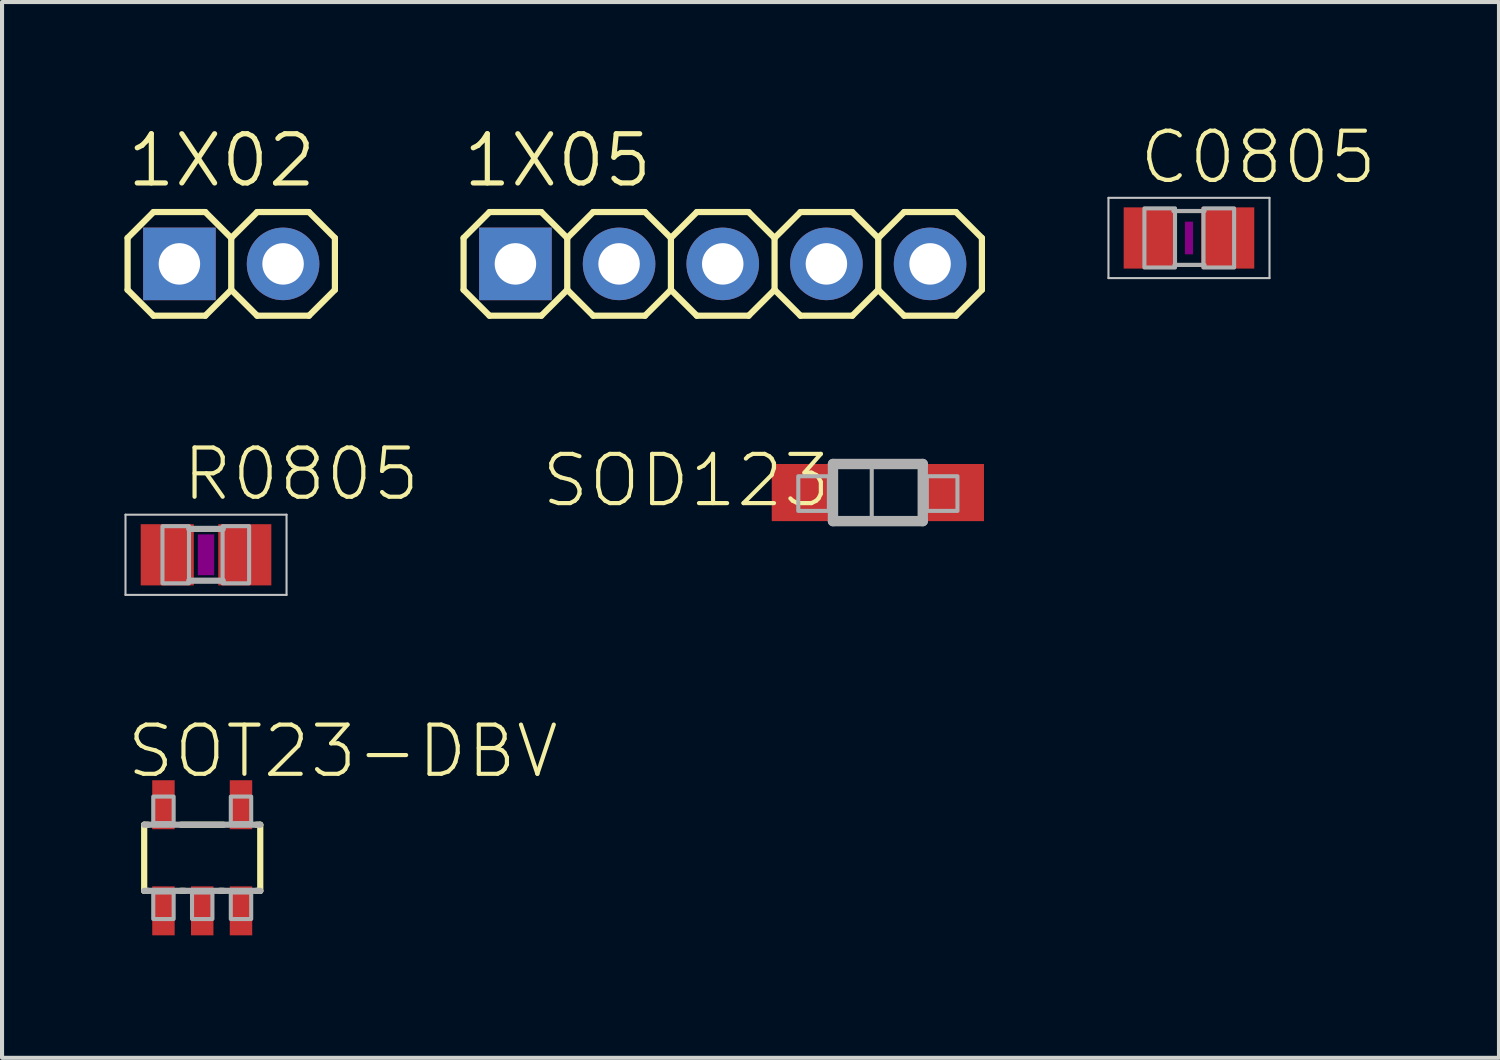
<source format=kicad_pcb>
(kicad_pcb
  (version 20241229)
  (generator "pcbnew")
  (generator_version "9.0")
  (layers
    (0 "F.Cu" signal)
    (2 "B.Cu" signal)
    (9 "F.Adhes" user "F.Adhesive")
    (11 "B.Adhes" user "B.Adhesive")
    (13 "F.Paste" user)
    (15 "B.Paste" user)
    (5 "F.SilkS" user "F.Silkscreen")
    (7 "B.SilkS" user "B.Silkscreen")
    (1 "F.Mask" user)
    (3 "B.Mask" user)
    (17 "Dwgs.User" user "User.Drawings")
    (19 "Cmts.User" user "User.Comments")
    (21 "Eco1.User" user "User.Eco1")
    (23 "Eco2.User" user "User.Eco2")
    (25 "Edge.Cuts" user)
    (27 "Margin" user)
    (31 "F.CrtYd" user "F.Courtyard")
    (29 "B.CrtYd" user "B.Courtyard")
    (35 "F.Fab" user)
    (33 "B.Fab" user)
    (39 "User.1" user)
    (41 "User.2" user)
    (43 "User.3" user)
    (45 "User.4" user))
  (footprint "1X02"
    (layer "F.Cu")
    (at 2.616 3.416)
    (property "Reference" "1X02" (at -2.616 -1.829 0) (layer "F.SilkS") (effects (font (size 1.206 1.206) (thickness 0.127)) (justify left bottom)))
    (attr through_hole)
    (fp_line (start -2.54 -0.635) (end -2.54 0.635) (stroke (width 0.152) (type solid)) (layer "F.SilkS"))
    (fp_line (start -2.54 0.635) (end -1.905 1.27) (stroke (width 0.152) (type solid)) (layer "F.SilkS"))
    (fp_line (start -1.905 -1.27) (end -2.54 -0.635) (stroke (width 0.152) (type solid)) (layer "F.SilkS"))
    (fp_line (start -1.905 -1.27) (end -0.635 -1.27) (stroke (width 0.152) (type solid)) (layer "F.SilkS"))
    (fp_line (start -0.635 -1.27) (end 0 -0.635) (stroke (width 0.152) (type solid)) (layer "F.SilkS"))
    (fp_line (start -0.635 1.27) (end -1.905 1.27) (stroke (width 0.152) (type solid)) (layer "F.SilkS"))
    (fp_line (start 0 -0.635) (end 0 0.635) (stroke (width 0.152) (type solid)) (layer "F.SilkS"))
    (fp_line (start 0 -0.635) (end 0.635 -1.27) (stroke (width 0.152) (type solid)) (layer "F.SilkS"))
    (fp_line (start 0 0.635) (end -0.635 1.27) (stroke (width 0.152) (type solid)) (layer "F.SilkS"))
    (fp_line (start 0.635 -1.27) (end 1.905 -1.27) (stroke (width 0.152) (type solid)) (layer "F.SilkS"))
    (fp_line (start 0.635 1.27) (end 0 0.635) (stroke (width 0.152) (type solid)) (layer "F.SilkS"))
    (fp_line (start 1.905 -1.27) (end 2.54 -0.635) (stroke (width 0.152) (type solid)) (layer "F.SilkS"))
    (fp_line (start 1.905 1.27) (end 0.635 1.27) (stroke (width 0.152) (type solid)) (layer "F.SilkS"))
    (fp_line (start 2.54 -0.635) (end 2.54 0.635) (stroke (width 0.152) (type solid)) (layer "F.SilkS"))
    (fp_line (start 2.54 0.635) (end 1.905 1.27) (stroke (width 0.152) (type solid)) (layer "F.SilkS"))
    (fp_poly (pts (xy -1.524 0.254) (xy -1.016 0.254) (xy -1.016 -0.254) (xy -1.524 -0.254)) (stroke (width 0.1) (type solid)) (fill no) (layer "F.Fab"))
    (fp_poly (pts (xy 1.016 0.254) (xy 1.524 0.254) (xy 1.524 -0.254) (xy 1.016 -0.254)) (stroke (width 0.1) (type solid)) (fill no) (layer "F.Fab"))
    (pad "1" thru_hole rect (at -1.27 0 90) (size 1.778 1.778) (drill 1.016) (layers "*.Cu" "*.Mask"))
    (pad "2" thru_hole circle (at 1.27 0 90) (size 1.778 1.778) (drill 1.016) (layers "*.Cu" "*.Mask")))
  (footprint "R0805"
    (layer "F.Cu")
    (at 1.998 10.544)
    (property "Reference" "R0805" (at -0.635 -1.27 0) (layer "F.SilkS") (effects (font (size 1.206 1.206) (thickness 0.102)) (justify left bottom)))
    (attr through_hole)
    (fp_poly (pts (xy -0.2 0.5) (xy 0.2 0.5) (xy 0.2 -0.5) (xy -0.2 -0.5)) (stroke (width 0) (type solid)) (fill yes) (layer "F.Adhes"))
    (fp_line (start -1.973 -0.983) (end 1.973 -0.983) (stroke (width 0.051) (type solid)) (layer "Dwgs.User"))
    (fp_line (start -1.973 0.983) (end -1.973 -0.983) (stroke (width 0.051) (type solid)) (layer "Dwgs.User"))
    (fp_line (start 1.973 -0.983) (end 1.973 0.983) (stroke (width 0.051) (type solid)) (layer "Dwgs.User"))
    (fp_line (start 1.973 0.983) (end -1.973 0.983) (stroke (width 0.051) (type solid)) (layer "Dwgs.User"))
    (fp_line (start -0.41 -0.635) (end 0.41 -0.635) (stroke (width 0.152) (type solid)) (layer "F.Fab"))
    (fp_line (start -0.41 0.635) (end 0.41 0.635) (stroke (width 0.152) (type solid)) (layer "F.Fab"))
    (fp_poly (pts (xy -1.067 0.699) (xy -0.417 0.699) (xy -0.417 -0.702) (xy -1.067 -0.702)) (stroke (width 0.1) (type solid)) (fill no) (layer "F.Fab"))
    (fp_poly (pts (xy 0.406 0.699) (xy 1.056 0.699) (xy 1.056 -0.702) (xy 0.406 -0.702)) (stroke (width 0.1) (type solid)) (fill no) (layer "F.Fab"))
    (pad "1" smd rect (at -0.95 0) (size 1.3 1.5) (layers "F.Cu" "F.Mask" "F.Paste"))
    (pad "2" smd rect (at 0.95 0) (size 1.3 1.5) (layers "F.Cu" "F.Mask" "F.Paste")))
  (footprint "SOD123"
    (layer "F.Cu")
    (at 18.46 9.019)
    (property "Reference" "SOD123" (at -1.1 -1 0) (layer "F.SilkS") (effects (font (size 1.206 1.206) (thickness 0.102)) (justify right top)))
    (attr through_hole)
    (fp_line (start -1.1 -0.7) (end 1.1 -0.7) (stroke (width 0.254) (type solid)) (layer "F.Fab"))
    (fp_line (start -1.1 0.7) (end -1.1 -0.7) (stroke (width 0.254) (type solid)) (layer "F.Fab"))
    (fp_line (start 1.1 -0.7) (end 1.1 0.7) (stroke (width 0.254) (type solid)) (layer "F.Fab"))
    (fp_line (start 1.1 0.7) (end -1.1 0.7) (stroke (width 0.254) (type solid)) (layer "F.Fab"))
    (fp_poly (pts (xy -1.95 0.45) (xy -1.2 0.45) (xy -1.2 -0.4) (xy -1.95 -0.4)) (stroke (width 0.1) (type solid)) (fill no) (layer "F.Fab"))
    (fp_poly (pts (xy -1.05 0.65) (xy -0.15 0.65) (xy -0.15 -0.7) (xy -1.05 -0.7)) (stroke (width 0.1) (type solid)) (fill no) (layer "F.Fab"))
    (fp_poly (pts (xy 1.2 0.45) (xy 1.95 0.45) (xy 1.95 -0.4) (xy 1.2 -0.4)) (stroke (width 0.1) (type solid)) (fill no) (layer "F.Fab"))
    (pad "A" smd rect (at 1.9 0) (size 1.4 1.4) (layers "F.Cu" "F.Mask" "F.Paste"))
    (pad "C" smd rect (at -1.9 0) (size 1.4 1.4) (layers "F.Cu" "F.Mask" "F.Paste")))
  (footprint "SOT23-DBV"
    (layer "F.Cu")
    (at 1.905 17.968)
    (property "Reference" "SOT23-DBV" (at -1.905 -1.905 0) (layer "F.SilkS") (effects (font (size 1.206 1.206) (thickness 0.102)) (justify left bottom)))
    (attr through_hole)
    (fp_line (start -1.422 -0.81) (end -1.328 -0.81) (stroke (width 0.152) (type solid)) (layer "F.SilkS"))
    (fp_line (start -1.422 0.81) (end -1.422 -0.81) (stroke (width 0.152) (type solid)) (layer "F.SilkS"))
    (fp_line (start -1.328 0.81) (end -1.422 0.81) (stroke (width 0.152) (type solid)) (layer "F.SilkS"))
    (fp_line (start -0.522 -0.81) (end 0.522 -0.81) (stroke (width 0.152) (type solid)) (layer "F.SilkS"))
    (fp_line (start -0.428 0.81) (end -0.522 0.81) (stroke (width 0.152) (type solid)) (layer "F.SilkS"))
    (fp_line (start 0.522 0.81) (end 0.428 0.81) (stroke (width 0.152) (type solid)) (layer "F.SilkS"))
    (fp_line (start 1.328 -0.81) (end 1.422 -0.81) (stroke (width 0.152) (type solid)) (layer "F.SilkS"))
    (fp_line (start 1.422 -0.81) (end 1.422 0.81) (stroke (width 0.152) (type solid)) (layer "F.SilkS"))
    (fp_line (start 1.422 0.81) (end 1.328 0.81) (stroke (width 0.152) (type solid)) (layer "F.SilkS"))
    (fp_line (start -1.422 -0.81) (end 1.422 -0.81) (stroke (width 0.152) (type solid)) (layer "F.Fab"))
    (fp_line (start 1.422 0.81) (end -1.422 0.81) (stroke (width 0.152) (type solid)) (layer "F.Fab"))
    (fp_poly (pts (xy -1.2 -0.85) (xy -0.7 -0.85) (xy -0.7 -1.5) (xy -1.2 -1.5)) (stroke (width 0.1) (type solid)) (fill no) (layer "F.Fab"))
    (fp_poly (pts (xy -1.2 1.5) (xy -0.7 1.5) (xy -0.7 0.85) (xy -1.2 0.85)) (stroke (width 0.1) (type solid)) (fill no) (layer "F.Fab"))
    (fp_poly (pts (xy -0.25 1.5) (xy 0.25 1.5) (xy 0.25 0.85) (xy -0.25 0.85)) (stroke (width 0.1) (type solid)) (fill no) (layer "F.Fab"))
    (fp_poly (pts (xy 0.7 -0.85) (xy 1.2 -0.85) (xy 1.2 -1.5) (xy 0.7 -1.5)) (stroke (width 0.1) (type solid)) (fill no) (layer "F.Fab"))
    (fp_poly (pts (xy 0.7 1.5) (xy 1.2 1.5) (xy 1.2 0.85) (xy 0.7 0.85)) (stroke (width 0.1) (type solid)) (fill no) (layer "F.Fab"))
    (pad "1" smd rect (at -0.95 1.3) (size 0.55 1.2) (layers "F.Cu" "F.Mask" "F.Paste"))
    (pad "2" smd rect (at 0 1.3) (size 0.55 1.2) (layers "F.Cu" "F.Mask" "F.Paste"))
    (pad "3" smd rect (at 0.95 1.3) (size 0.55 1.2) (layers "F.Cu" "F.Mask" "F.Paste"))
    (pad "4" smd rect (at 0.95 -1.3) (size 0.55 1.2) (layers "F.Cu" "F.Mask" "F.Paste"))
    (pad "5" smd rect (at -0.95 -1.3) (size 0.55 1.2) (layers "F.Cu" "F.Mask" "F.Paste")))
  (footprint "C0805"
    (layer "F.Cu")
    (at 26.083 2.781)
    (property "Reference" "C0805" (at -1.27 -1.27 0) (layer "F.SilkS") (effects (font (size 1.206 1.206) (thickness 0.102)) (justify left bottom)))
    (attr through_hole)
    (fp_poly (pts (xy -0.1 0.4) (xy 0.1 0.4) (xy 0.1 -0.4) (xy -0.1 -0.4)) (stroke (width 0) (type solid)) (fill yes) (layer "F.Adhes"))
    (fp_line (start -1.973 -0.983) (end 1.973 -0.983) (stroke (width 0.051) (type solid)) (layer "Dwgs.User"))
    (fp_line (start -1.973 0.983) (end -1.973 -0.983) (stroke (width 0.051) (type solid)) (layer "Dwgs.User"))
    (fp_line (start 1.973 -0.983) (end 1.973 0.983) (stroke (width 0.051) (type solid)) (layer "Dwgs.User"))
    (fp_line (start 1.973 0.983) (end -1.973 0.983) (stroke (width 0.051) (type solid)) (layer "Dwgs.User"))
    (fp_line (start -0.381 -0.66) (end 0.381 -0.66) (stroke (width 0.102) (type solid)) (layer "F.Fab"))
    (fp_line (start -0.356 0.66) (end 0.381 0.66) (stroke (width 0.102) (type solid)) (layer "F.Fab"))
    (fp_poly (pts (xy -1.092 0.724) (xy -0.342 0.724) (xy -0.342 -0.726) (xy -1.092 -0.726)) (stroke (width 0.1) (type solid)) (fill no) (layer "F.Fab"))
    (fp_poly (pts (xy 0.356 0.724) (xy 1.106 0.724) (xy 1.106 -0.726) (xy 0.356 -0.726)) (stroke (width 0.1) (type solid)) (fill no) (layer "F.Fab"))
    (pad "1" smd rect (at -0.95 0) (size 1.3 1.5) (layers "F.Cu" "F.Mask" "F.Paste"))
    (pad "2" smd rect (at 0.95 0) (size 1.3 1.5) (layers "F.Cu" "F.Mask" "F.Paste")))
  (footprint "1X05"
    (layer "F.Cu")
    (at 14.659 3.416)
    (property "Reference" "1X05" (at -6.426 -1.829 0) (layer "F.SilkS") (effects (font (size 1.206 1.206) (thickness 0.127)) (justify left bottom)))
    (attr through_hole)
    (fp_line (start -6.35 -0.635) (end -6.35 0.635) (stroke (width 0.152) (type solid)) (layer "F.SilkS"))
    (fp_line (start -6.35 0.635) (end -5.715 1.27) (stroke (width 0.152) (type solid)) (layer "F.SilkS"))
    (fp_line (start -5.715 -1.27) (end -6.35 -0.635) (stroke (width 0.152) (type solid)) (layer "F.SilkS"))
    (fp_line (start -5.715 -1.27) (end -4.445 -1.27) (stroke (width 0.152) (type solid)) (layer "F.SilkS"))
    (fp_line (start -4.445 -1.27) (end -3.81 -0.635) (stroke (width 0.152) (type solid)) (layer "F.SilkS"))
    (fp_line (start -4.445 1.27) (end -5.715 1.27) (stroke (width 0.152) (type solid)) (layer "F.SilkS"))
    (fp_line (start -3.81 -0.635) (end -3.81 0.635) (stroke (width 0.152) (type solid)) (layer "F.SilkS"))
    (fp_line (start -3.81 -0.635) (end -3.175 -1.27) (stroke (width 0.152) (type solid)) (layer "F.SilkS"))
    (fp_line (start -3.81 0.635) (end -4.445 1.27) (stroke (width 0.152) (type solid)) (layer "F.SilkS"))
    (fp_line (start -3.175 -1.27) (end -1.905 -1.27) (stroke (width 0.152) (type solid)) (layer "F.SilkS"))
    (fp_line (start -3.175 1.27) (end -3.81 0.635) (stroke (width 0.152) (type solid)) (layer "F.SilkS"))
    (fp_line (start -1.905 -1.27) (end -1.27 -0.635) (stroke (width 0.152) (type solid)) (layer "F.SilkS"))
    (fp_line (start -1.905 1.27) (end -3.175 1.27) (stroke (width 0.152) (type solid)) (layer "F.SilkS"))
    (fp_line (start -1.27 -0.635) (end -1.27 0.635) (stroke (width 0.152) (type solid)) (layer "F.SilkS"))
    (fp_line (start -1.27 -0.635) (end -0.635 -1.27) (stroke (width 0.152) (type solid)) (layer "F.SilkS"))
    (fp_line (start -1.27 0.635) (end -1.905 1.27) (stroke (width 0.152) (type solid)) (layer "F.SilkS"))
    (fp_line (start -0.635 -1.27) (end 0.635 -1.27) (stroke (width 0.152) (type solid)) (layer "F.SilkS"))
    (fp_line (start -0.635 1.27) (end -1.27 0.635) (stroke (width 0.152) (type solid)) (layer "F.SilkS"))
    (fp_line (start 0.635 -1.27) (end 1.27 -0.635) (stroke (width 0.152) (type solid)) (layer "F.SilkS"))
    (fp_line (start 0.635 1.27) (end -0.635 1.27) (stroke (width 0.152) (type solid)) (layer "F.SilkS"))
    (fp_line (start 1.27 -0.635) (end 1.27 0.635) (stroke (width 0.152) (type solid)) (layer "F.SilkS"))
    (fp_line (start 1.27 0.635) (end 0.635 1.27) (stroke (width 0.152) (type solid)) (layer "F.SilkS"))
    (fp_line (start 1.27 0.635) (end 1.905 1.27) (stroke (width 0.152) (type solid)) (layer "F.SilkS"))
    (fp_line (start 1.905 -1.27) (end 1.27 -0.635) (stroke (width 0.152) (type solid)) (layer "F.SilkS"))
    (fp_line (start 1.905 -1.27) (end 3.175 -1.27) (stroke (width 0.152) (type solid)) (layer "F.SilkS"))
    (fp_line (start 3.175 -1.27) (end 3.81 -0.635) (stroke (width 0.152) (type solid)) (layer "F.SilkS"))
    (fp_line (start 3.175 1.27) (end 1.905 1.27) (stroke (width 0.152) (type solid)) (layer "F.SilkS"))
    (fp_line (start 3.81 -0.635) (end 3.81 0.635) (stroke (width 0.152) (type solid)) (layer "F.SilkS"))
    (fp_line (start 3.81 0.635) (end 3.175 1.27) (stroke (width 0.152) (type solid)) (layer "F.SilkS"))
    (fp_line (start 3.81 0.635) (end 4.445 1.27) (stroke (width 0.152) (type solid)) (layer "F.SilkS"))
    (fp_line (start 4.445 -1.27) (end 3.81 -0.635) (stroke (width 0.152) (type solid)) (layer "F.SilkS"))
    (fp_line (start 4.445 -1.27) (end 5.715 -1.27) (stroke (width 0.152) (type solid)) (layer "F.SilkS"))
    (fp_line (start 5.715 -1.27) (end 6.35 -0.635) (stroke (width 0.152) (type solid)) (layer "F.SilkS"))
    (fp_line (start 5.715 1.27) (end 4.445 1.27) (stroke (width 0.152) (type solid)) (layer "F.SilkS"))
    (fp_line (start 6.35 -0.635) (end 6.35 0.635) (stroke (width 0.152) (type solid)) (layer "F.SilkS"))
    (fp_line (start 6.35 0.635) (end 5.715 1.27) (stroke (width 0.152) (type solid)) (layer "F.SilkS"))
    (fp_poly (pts (xy -5.334 0.254) (xy -4.826 0.254) (xy -4.826 -0.254) (xy -5.334 -0.254)) (stroke (width 0.1) (type solid)) (fill no) (layer "F.Fab"))
    (fp_poly (pts (xy -2.794 0.254) (xy -2.286 0.254) (xy -2.286 -0.254) (xy -2.794 -0.254)) (stroke (width 0.1) (type solid)) (fill no) (layer "F.Fab"))
    (fp_poly (pts (xy -0.254 0.254) (xy 0.254 0.254) (xy 0.254 -0.254) (xy -0.254 -0.254)) (stroke (width 0.1) (type solid)) (fill no) (layer "F.Fab"))
    (fp_poly (pts (xy 2.286 0.254) (xy 2.794 0.254) (xy 2.794 -0.254) (xy 2.286 -0.254)) (stroke (width 0.1) (type solid)) (fill no) (layer "F.Fab"))
    (fp_poly (pts (xy 4.826 0.254) (xy 5.334 0.254) (xy 5.334 -0.254) (xy 4.826 -0.254)) (stroke (width 0.1) (type solid)) (fill no) (layer "F.Fab"))
    (pad "1" thru_hole rect (at -5.08 0 90) (size 1.778 1.778) (drill 1.016) (layers "*.Cu" "*.Mask"))
    (pad "2" thru_hole circle (at -2.54 0 90) (size 1.778 1.778) (drill 1.016) (layers "*.Cu" "*.Mask"))
    (pad "3" thru_hole circle (at 0 0 90) (size 1.778 1.778) (drill 1.016) (layers "*.Cu" "*.Mask"))
    (pad "4" thru_hole circle (at 2.54 0 90) (size 1.778 1.778) (drill 1.016) (layers "*.Cu" "*.Mask"))
    (pad "5" thru_hole circle (at 5.08 0 90) (size 1.778 1.778) (drill 1.016) (layers "*.Cu" "*.Mask")))
  (gr_rect
    (start -3 -3)
    (end 33.679 22.869)
    (stroke (width 0.1) (type default))
    (fill no)
    (layer "Edge.Cuts")))
</source>
